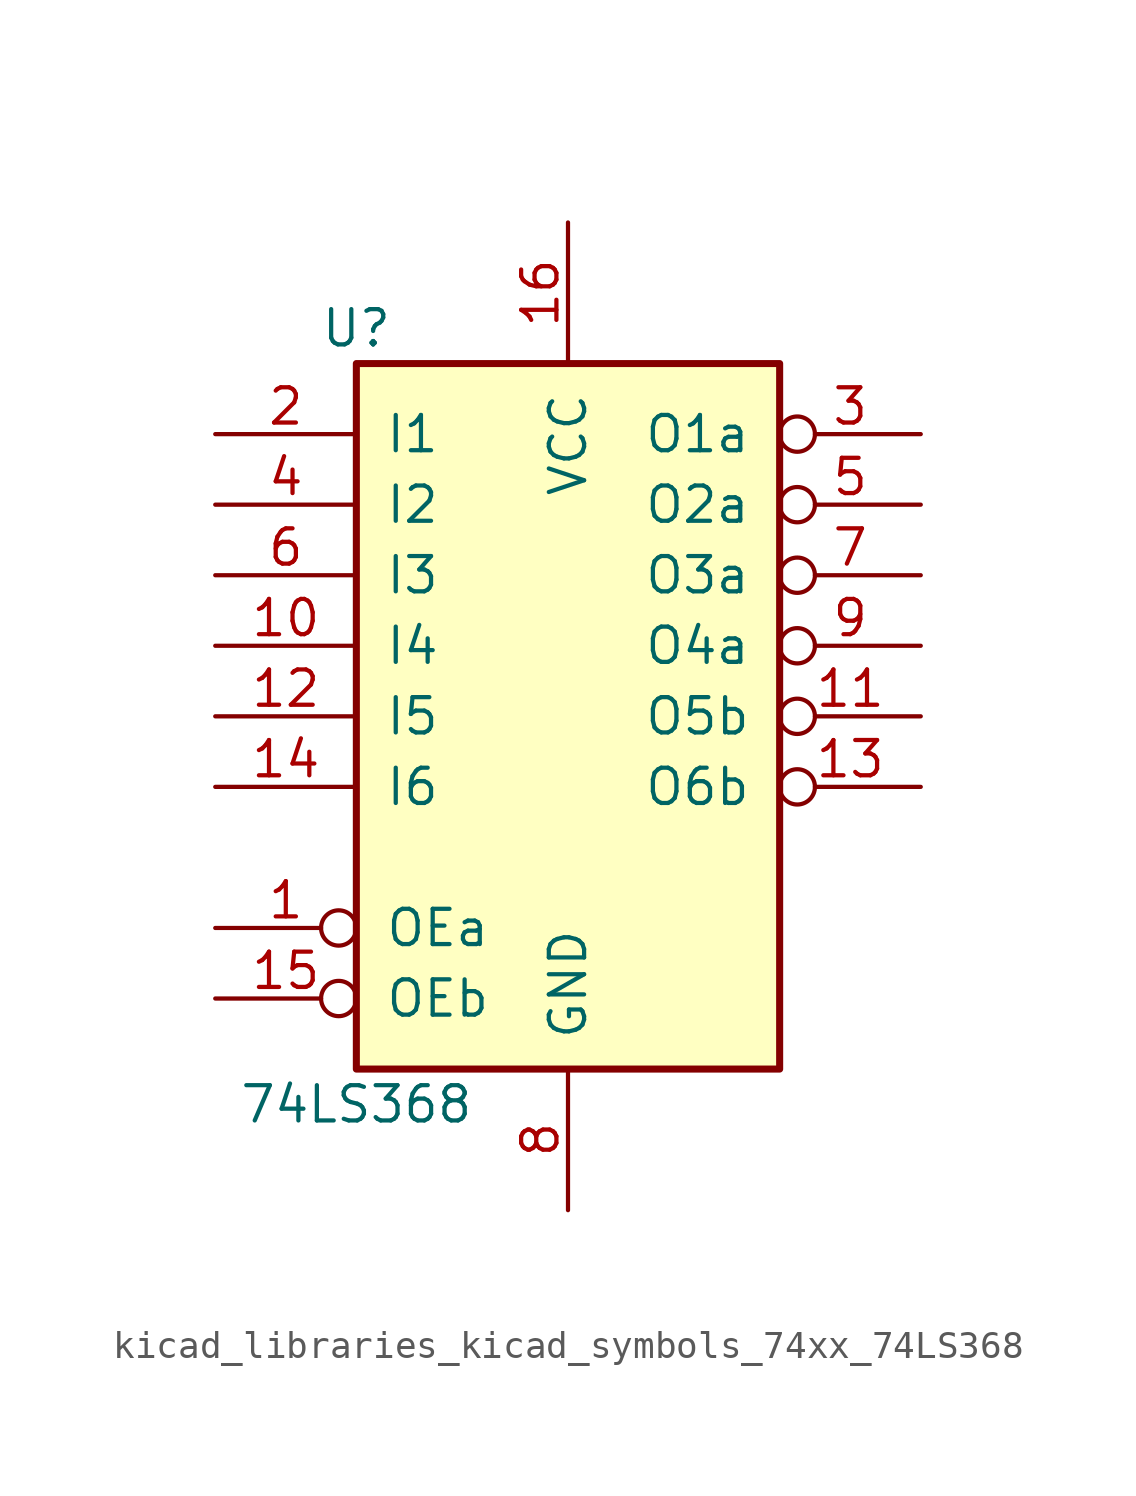
<source format=kicad_sym>
(kicad_symbol_lib
  (version 20220914)
  (generator kicad_symbol_editor)
  (symbol "kicad_libraries_kicad_symbols_74xx_74LS368"
    (pin_names
      (offset 1.016))
    (property "Reference" "U"
      (at -7.62 13.97 0)
      (effects (font (size 1.27 1.27))))
    (property "Value" "74LS368"
      (at -7.62 -13.97 0)
      (effects (font (size 1.27 1.27))))
    (property "ki_locked" ""
      (at 0 0 0)
      (effects (font (size 1.27 1.27))))
    (symbol "kicad_libraries_kicad_symbols_74xx_74LS368_1_0"
      (pin input inverted (at -12.7 -7.62 0) (length 5.08) (name "OEa" (effects (font (size 1.27 1.27)))) (number "1" (effects (font (size 1.27 1.27)))))
      (pin input line (at -12.7 2.54 0) (length 5.08) (name "I4" (effects (font (size 1.27 1.27)))) (number "10" (effects (font (size 1.27 1.27)))))
      (pin tri_state inverted (at 12.7 0 180) (length 5.08) (name "O5b" (effects (font (size 1.27 1.27)))) (number "11" (effects (font (size 1.27 1.27)))))
      (pin input line (at -12.7 0 0) (length 5.08) (name "I5" (effects (font (size 1.27 1.27)))) (number "12" (effects (font (size 1.27 1.27)))))
      (pin tri_state inverted (at 12.7 -2.54 180) (length 5.08) (name "O6b" (effects (font (size 1.27 1.27)))) (number "13" (effects (font (size 1.27 1.27)))))
      (pin input line (at -12.7 -2.54 0) (length 5.08) (name "I6" (effects (font (size 1.27 1.27)))) (number "14" (effects (font (size 1.27 1.27)))))
      (pin input inverted (at -12.7 -10.16 0) (length 5.08) (name "OEb" (effects (font (size 1.27 1.27)))) (number "15" (effects (font (size 1.27 1.27)))))
      (pin power_in line (at 0 17.78 270) (length 5.08) (name "VCC" (effects (font (size 1.27 1.27)))) (number "16" (effects (font (size 1.27 1.27)))))
      (pin input line (at -12.7 10.16 0) (length 5.08) (name "I1" (effects (font (size 1.27 1.27)))) (number "2" (effects (font (size 1.27 1.27)))))
      (pin tri_state inverted (at 12.7 10.16 180) (length 5.08) (name "O1a" (effects (font (size 1.27 1.27)))) (number "3" (effects (font (size 1.27 1.27)))))
      (pin input line (at -12.7 7.62 0) (length 5.08) (name "I2" (effects (font (size 1.27 1.27)))) (number "4" (effects (font (size 1.27 1.27)))))
      (pin tri_state inverted (at 12.7 7.62 180) (length 5.08) (name "O2a" (effects (font (size 1.27 1.27)))) (number "5" (effects (font (size 1.27 1.27)))))
      (pin input line (at -12.7 5.08 0) (length 5.08) (name "I3" (effects (font (size 1.27 1.27)))) (number "6" (effects (font (size 1.27 1.27)))))
      (pin tri_state inverted (at 12.7 5.08 180) (length 5.08) (name "O3a" (effects (font (size 1.27 1.27)))) (number "7" (effects (font (size 1.27 1.27)))))
      (pin power_in line (at 0 -17.78 90) (length 5.08) (name "GND" (effects (font (size 1.27 1.27)))) (number "8" (effects (font (size 1.27 1.27)))))
      (pin tri_state inverted (at 12.7 2.54 180) (length 5.08) (name "O4a" (effects (font (size 1.27 1.27)))) (number "9" (effects (font (size 1.27 1.27))))))
    (symbol "kicad_libraries_kicad_symbols_74xx_74LS368_1_1"
      (rectangle (start -7.62 12.7) (end 7.62 -12.7) (stroke (width 0.254) (type default)) (fill (type background))))))
</source>
